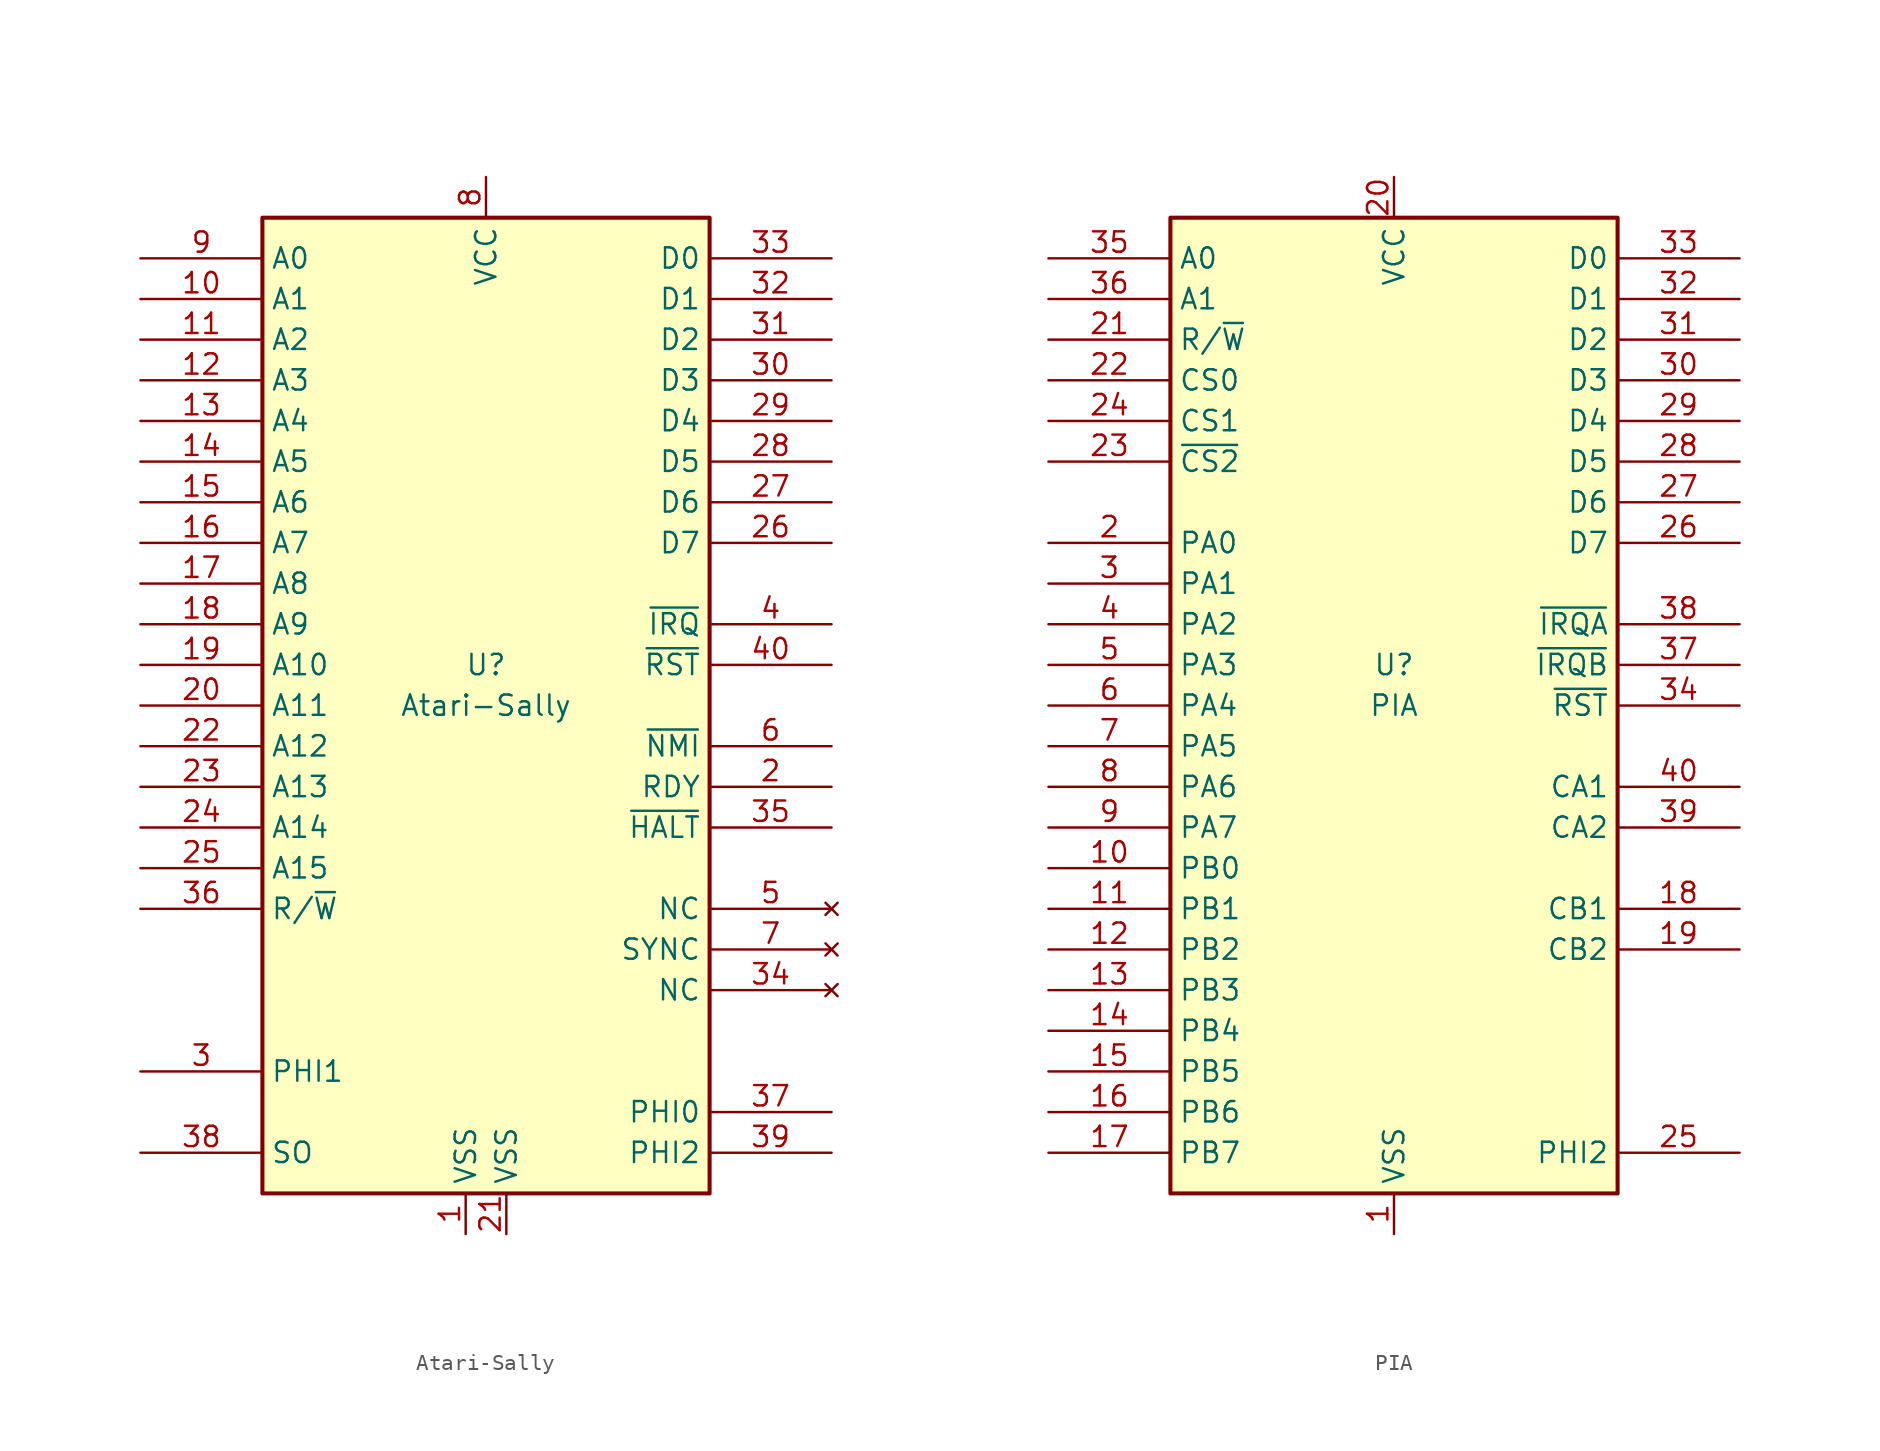
<source format=kicad_sym>
(kicad_symbol_lib
  (version 20211014)
  (generator kicad_symbol_editor)
  (symbol "Atari-Sally"
    (property "Reference" "U"
      (at 0 2.54 0)
      (effects (font (size 1.27 1.27))))
    (property "Value" "Atari-Sally"
      (at 0 0 0)
      (effects (font (size 1.27 1.27))))
    (symbol "Atari-Sally_0_1"
      (rectangle (start -13.97 30.48) (end 13.97 -30.48) (stroke (width 0.254) (type default) (color 0 0 0 0)) (fill (type background))))
    (symbol "Atari-Sally_1_1"
      (pin power_in line (at -1.27 -33.02 90) (length 2.54) (name "VSS" (effects (font (size 1.27 1.27)))) (number "1" (effects (font (size 1.27 1.27)))))
      (pin tri_state line (at -21.59 25.4 0) (length 7.62) (name "A1" (effects (font (size 1.27 1.27)))) (number "10" (effects (font (size 1.27 1.27)))))
      (pin tri_state line (at -21.59 22.86 0) (length 7.62) (name "A2" (effects (font (size 1.27 1.27)))) (number "11" (effects (font (size 1.27 1.27)))))
      (pin tri_state line (at -21.59 20.32 0) (length 7.62) (name "A3" (effects (font (size 1.27 1.27)))) (number "12" (effects (font (size 1.27 1.27)))))
      (pin tri_state line (at -21.59 17.78 0) (length 7.62) (name "A4" (effects (font (size 1.27 1.27)))) (number "13" (effects (font (size 1.27 1.27)))))
      (pin tri_state line (at -21.59 15.24 0) (length 7.62) (name "A5" (effects (font (size 1.27 1.27)))) (number "14" (effects (font (size 1.27 1.27)))))
      (pin tri_state line (at -21.59 12.7 0) (length 7.62) (name "A6" (effects (font (size 1.27 1.27)))) (number "15" (effects (font (size 1.27 1.27)))))
      (pin tri_state line (at -21.59 10.16 0) (length 7.62) (name "A7" (effects (font (size 1.27 1.27)))) (number "16" (effects (font (size 1.27 1.27)))))
      (pin tri_state line (at -21.59 7.62 0) (length 7.62) (name "A8" (effects (font (size 1.27 1.27)))) (number "17" (effects (font (size 1.27 1.27)))))
      (pin tri_state line (at -21.59 5.08 0) (length 7.62) (name "A9" (effects (font (size 1.27 1.27)))) (number "18" (effects (font (size 1.27 1.27)))))
      (pin tri_state line (at -21.59 2.54 0) (length 7.62) (name "A10" (effects (font (size 1.27 1.27)))) (number "19" (effects (font (size 1.27 1.27)))))
      (pin input line (at 21.59 -5.08 180) (length 7.62) (name "RDY" (effects (font (size 1.27 1.27)))) (number "2" (effects (font (size 1.27 1.27)))))
      (pin tri_state line (at -21.59 0 0) (length 7.62) (name "A11" (effects (font (size 1.27 1.27)))) (number "20" (effects (font (size 1.27 1.27)))))
      (pin power_in line (at 1.27 -33.02 90) (length 2.54) (name "VSS" (effects (font (size 1.27 1.27)))) (number "21" (effects (font (size 1.27 1.27)))))
      (pin tri_state line (at -21.59 -2.54 0) (length 7.62) (name "A12" (effects (font (size 1.27 1.27)))) (number "22" (effects (font (size 1.27 1.27)))))
      (pin tri_state line (at -21.59 -5.08 0) (length 7.62) (name "A13" (effects (font (size 1.27 1.27)))) (number "23" (effects (font (size 1.27 1.27)))))
      (pin tri_state line (at -21.59 -7.62 0) (length 7.62) (name "A14" (effects (font (size 1.27 1.27)))) (number "24" (effects (font (size 1.27 1.27)))))
      (pin tri_state line (at -21.59 -10.16 0) (length 7.62) (name "A15" (effects (font (size 1.27 1.27)))) (number "25" (effects (font (size 1.27 1.27)))))
      (pin tri_state line (at 21.59 10.16 180) (length 7.62) (name "D7" (effects (font (size 1.27 1.27)))) (number "26" (effects (font (size 1.27 1.27)))))
      (pin tri_state line (at 21.59 12.7 180) (length 7.62) (name "D6" (effects (font (size 1.27 1.27)))) (number "27" (effects (font (size 1.27 1.27)))))
      (pin tri_state line (at 21.59 15.24 180) (length 7.62) (name "D5" (effects (font (size 1.27 1.27)))) (number "28" (effects (font (size 1.27 1.27)))))
      (pin tri_state line (at 21.59 17.78 180) (length 7.62) (name "D4" (effects (font (size 1.27 1.27)))) (number "29" (effects (font (size 1.27 1.27)))))
      (pin output line (at -21.59 -22.86 0) (length 7.62) (name "PHI1" (effects (font (size 1.27 1.27)))) (number "3" (effects (font (size 1.27 1.27)))))
      (pin tri_state line (at 21.59 20.32 180) (length 7.62) (name "D3" (effects (font (size 1.27 1.27)))) (number "30" (effects (font (size 1.27 1.27)))))
      (pin tri_state line (at 21.59 22.86 180) (length 7.62) (name "D2" (effects (font (size 1.27 1.27)))) (number "31" (effects (font (size 1.27 1.27)))))
      (pin tri_state line (at 21.59 25.4 180) (length 7.62) (name "D1" (effects (font (size 1.27 1.27)))) (number "32" (effects (font (size 1.27 1.27)))))
      (pin tri_state line (at 21.59 27.94 180) (length 7.62) (name "D0" (effects (font (size 1.27 1.27)))) (number "33" (effects (font (size 1.27 1.27)))))
      (pin no_connect line (at 21.59 -17.78 180) (length 7.62) (name "NC" (effects (font (size 1.27 1.27)))) (number "34" (effects (font (size 1.27 1.27)))))
      (pin input line (at 21.59 -7.62 180) (length 7.62) (name "~{HALT}" (effects (font (size 1.27 1.27)))) (number "35" (effects (font (size 1.27 1.27)))))
      (pin tri_state line (at -21.59 -12.7 0) (length 7.62) (name "R/~{W}" (effects (font (size 1.27 1.27)))) (number "36" (effects (font (size 1.27 1.27)))))
      (pin input line (at 21.59 -25.4 180) (length 7.62) (name "PHI0" (effects (font (size 1.27 1.27)))) (number "37" (effects (font (size 1.27 1.27)))))
      (pin input line (at -21.59 -27.94 0) (length 7.62) (name "SO" (effects (font (size 1.27 1.27)))) (number "38" (effects (font (size 1.27 1.27)))))
      (pin output line (at 21.59 -27.94 180) (length 7.62) (name "PHI2" (effects (font (size 1.27 1.27)))) (number "39" (effects (font (size 1.27 1.27)))))
      (pin input line (at 21.59 5.08 180) (length 7.62) (name "~{IRQ}" (effects (font (size 1.27 1.27)))) (number "4" (effects (font (size 1.27 1.27)))))
      (pin input line (at 21.59 2.54 180) (length 7.62) (name "~{RST}" (effects (font (size 1.27 1.27)))) (number "40" (effects (font (size 1.27 1.27)))))
      (pin no_connect line (at 21.59 -12.7 180) (length 7.62) (name "NC" (effects (font (size 1.27 1.27)))) (number "5" (effects (font (size 1.27 1.27)))))
      (pin input line (at 21.59 -2.54 180) (length 7.62) (name "~{NMI}" (effects (font (size 1.27 1.27)))) (number "6" (effects (font (size 1.27 1.27)))))
      (pin no_connect line (at 21.59 -15.24 180) (length 7.62) (name "SYNC" (effects (font (size 1.27 1.27)))) (number "7" (effects (font (size 1.27 1.27)))))
      (pin power_in line (at 0 33.02 270) (length 2.54) (name "VCC" (effects (font (size 1.27 1.27)))) (number "8" (effects (font (size 1.27 1.27)))))
      (pin tri_state line (at -21.59 27.94 0) (length 7.62) (name "A0" (effects (font (size 1.27 1.27)))) (number "9" (effects (font (size 1.27 1.27)))))))
  (symbol "PIA"
    (property "Reference" "U"
      (at 0 2.54 0)
      (effects (font (size 1.27 1.27))))
    (property "Value" "PIA"
      (at 0 0 0)
      (effects (font (size 1.27 1.27))))
    (symbol "PIA_0_1"
      (rectangle (start -13.97 30.48) (end 13.97 -30.48) (stroke (width 0.254) (type default) (color 0 0 0 0)) (fill (type background))))
    (symbol "PIA_1_1"
      (pin power_in line (at 0 -33.02 90) (length 2.54) (name "VSS" (effects (font (size 1.27 1.27)))) (number "1" (effects (font (size 1.27 1.27)))))
      (pin bidirectional line (at -21.59 -10.16 0) (length 7.62) (name "PB0" (effects (font (size 1.27 1.27)))) (number "10" (effects (font (size 1.27 1.27)))))
      (pin bidirectional line (at -21.59 -12.7 0) (length 7.62) (name "PB1" (effects (font (size 1.27 1.27)))) (number "11" (effects (font (size 1.27 1.27)))))
      (pin bidirectional line (at -21.59 -15.24 0) (length 7.62) (name "PB2" (effects (font (size 1.27 1.27)))) (number "12" (effects (font (size 1.27 1.27)))))
      (pin bidirectional line (at -21.59 -17.78 0) (length 7.62) (name "PB3" (effects (font (size 1.27 1.27)))) (number "13" (effects (font (size 1.27 1.27)))))
      (pin bidirectional line (at -21.59 -20.32 0) (length 7.62) (name "PB4" (effects (font (size 1.27 1.27)))) (number "14" (effects (font (size 1.27 1.27)))))
      (pin bidirectional line (at -21.59 -22.86 0) (length 7.62) (name "PB5" (effects (font (size 1.27 1.27)))) (number "15" (effects (font (size 1.27 1.27)))))
      (pin bidirectional line (at -21.59 -25.4 0) (length 7.62) (name "PB6" (effects (font (size 1.27 1.27)))) (number "16" (effects (font (size 1.27 1.27)))))
      (pin bidirectional line (at -21.59 -27.94 0) (length 7.62) (name "PB7" (effects (font (size 1.27 1.27)))) (number "17" (effects (font (size 1.27 1.27)))))
      (pin input line (at 21.59 -12.7 180) (length 7.62) (name "CB1" (effects (font (size 1.27 1.27)))) (number "18" (effects (font (size 1.27 1.27)))))
      (pin bidirectional line (at 21.59 -15.24 180) (length 7.62) (name "CB2" (effects (font (size 1.27 1.27)))) (number "19" (effects (font (size 1.27 1.27)))))
      (pin bidirectional line (at -21.59 10.16 0) (length 7.62) (name "PA0" (effects (font (size 1.27 1.27)))) (number "2" (effects (font (size 1.27 1.27)))))
      (pin power_in line (at 0 33.02 270) (length 2.54) (name "VCC" (effects (font (size 1.27 1.27)))) (number "20" (effects (font (size 1.27 1.27)))))
      (pin input line (at -21.59 22.86 0) (length 7.62) (name "R/~{W}" (effects (font (size 1.27 1.27)))) (number "21" (effects (font (size 1.27 1.27)))))
      (pin input line (at -21.59 20.32 0) (length 7.62) (name "CS0" (effects (font (size 1.27 1.27)))) (number "22" (effects (font (size 1.27 1.27)))))
      (pin input line (at -21.59 15.24 0) (length 7.62) (name "~{CS2}" (effects (font (size 1.27 1.27)))) (number "23" (effects (font (size 1.27 1.27)))))
      (pin input line (at -21.59 17.78 0) (length 7.62) (name "CS1" (effects (font (size 1.27 1.27)))) (number "24" (effects (font (size 1.27 1.27)))))
      (pin input line (at 21.59 -27.94 180) (length 7.62) (name "PHI2" (effects (font (size 1.27 1.27)))) (number "25" (effects (font (size 1.27 1.27)))))
      (pin tri_state line (at 21.59 10.16 180) (length 7.62) (name "D7" (effects (font (size 1.27 1.27)))) (number "26" (effects (font (size 1.27 1.27)))))
      (pin tri_state line (at 21.59 12.7 180) (length 7.62) (name "D6" (effects (font (size 1.27 1.27)))) (number "27" (effects (font (size 1.27 1.27)))))
      (pin tri_state line (at 21.59 15.24 180) (length 7.62) (name "D5" (effects (font (size 1.27 1.27)))) (number "28" (effects (font (size 1.27 1.27)))))
      (pin tri_state line (at 21.59 17.78 180) (length 7.62) (name "D4" (effects (font (size 1.27 1.27)))) (number "29" (effects (font (size 1.27 1.27)))))
      (pin bidirectional line (at -21.59 7.62 0) (length 7.62) (name "PA1" (effects (font (size 1.27 1.27)))) (number "3" (effects (font (size 1.27 1.27)))))
      (pin tri_state line (at 21.59 20.32 180) (length 7.62) (name "D3" (effects (font (size 1.27 1.27)))) (number "30" (effects (font (size 1.27 1.27)))))
      (pin tri_state line (at 21.59 22.86 180) (length 7.62) (name "D2" (effects (font (size 1.27 1.27)))) (number "31" (effects (font (size 1.27 1.27)))))
      (pin tri_state line (at 21.59 25.4 180) (length 7.62) (name "D1" (effects (font (size 1.27 1.27)))) (number "32" (effects (font (size 1.27 1.27)))))
      (pin tri_state line (at 21.59 27.94 180) (length 7.62) (name "D0" (effects (font (size 1.27 1.27)))) (number "33" (effects (font (size 1.27 1.27)))))
      (pin input line (at 21.59 0 180) (length 7.62) (name "~{RST}" (effects (font (size 1.27 1.27)))) (number "34" (effects (font (size 1.27 1.27)))))
      (pin input line (at -21.59 27.94 0) (length 7.62) (name "A0" (effects (font (size 1.27 1.27)))) (number "35" (effects (font (size 1.27 1.27)))))
      (pin input line (at -21.59 25.4 0) (length 7.62) (name "A1" (effects (font (size 1.27 1.27)))) (number "36" (effects (font (size 1.27 1.27)))))
      (pin open_collector line (at 21.59 2.54 180) (length 7.62) (name "~{IRQB}" (effects (font (size 1.27 1.27)))) (number "37" (effects (font (size 1.27 1.27)))))
      (pin open_collector line (at 21.59 5.08 180) (length 7.62) (name "~{IRQA}" (effects (font (size 1.27 1.27)))) (number "38" (effects (font (size 1.27 1.27)))))
      (pin bidirectional line (at 21.59 -7.62 180) (length 7.62) (name "CA2" (effects (font (size 1.27 1.27)))) (number "39" (effects (font (size 1.27 1.27)))))
      (pin bidirectional line (at -21.59 5.08 0) (length 7.62) (name "PA2" (effects (font (size 1.27 1.27)))) (number "4" (effects (font (size 1.27 1.27)))))
      (pin input line (at 21.59 -5.08 180) (length 7.62) (name "CA1" (effects (font (size 1.27 1.27)))) (number "40" (effects (font (size 1.27 1.27)))))
      (pin bidirectional line (at -21.59 2.54 0) (length 7.62) (name "PA3" (effects (font (size 1.27 1.27)))) (number "5" (effects (font (size 1.27 1.27)))))
      (pin bidirectional line (at -21.59 0 0) (length 7.62) (name "PA4" (effects (font (size 1.27 1.27)))) (number "6" (effects (font (size 1.27 1.27)))))
      (pin bidirectional line (at -21.59 -2.54 0) (length 7.62) (name "PA5" (effects (font (size 1.27 1.27)))) (number "7" (effects (font (size 1.27 1.27)))))
      (pin bidirectional line (at -21.59 -5.08 0) (length 7.62) (name "PA6" (effects (font (size 1.27 1.27)))) (number "8" (effects (font (size 1.27 1.27)))))
      (pin bidirectional line (at -21.59 -7.62 0) (length 7.62) (name "PA7" (effects (font (size 1.27 1.27)))) (number "9" (effects (font (size 1.27 1.27))))))))
</source>
